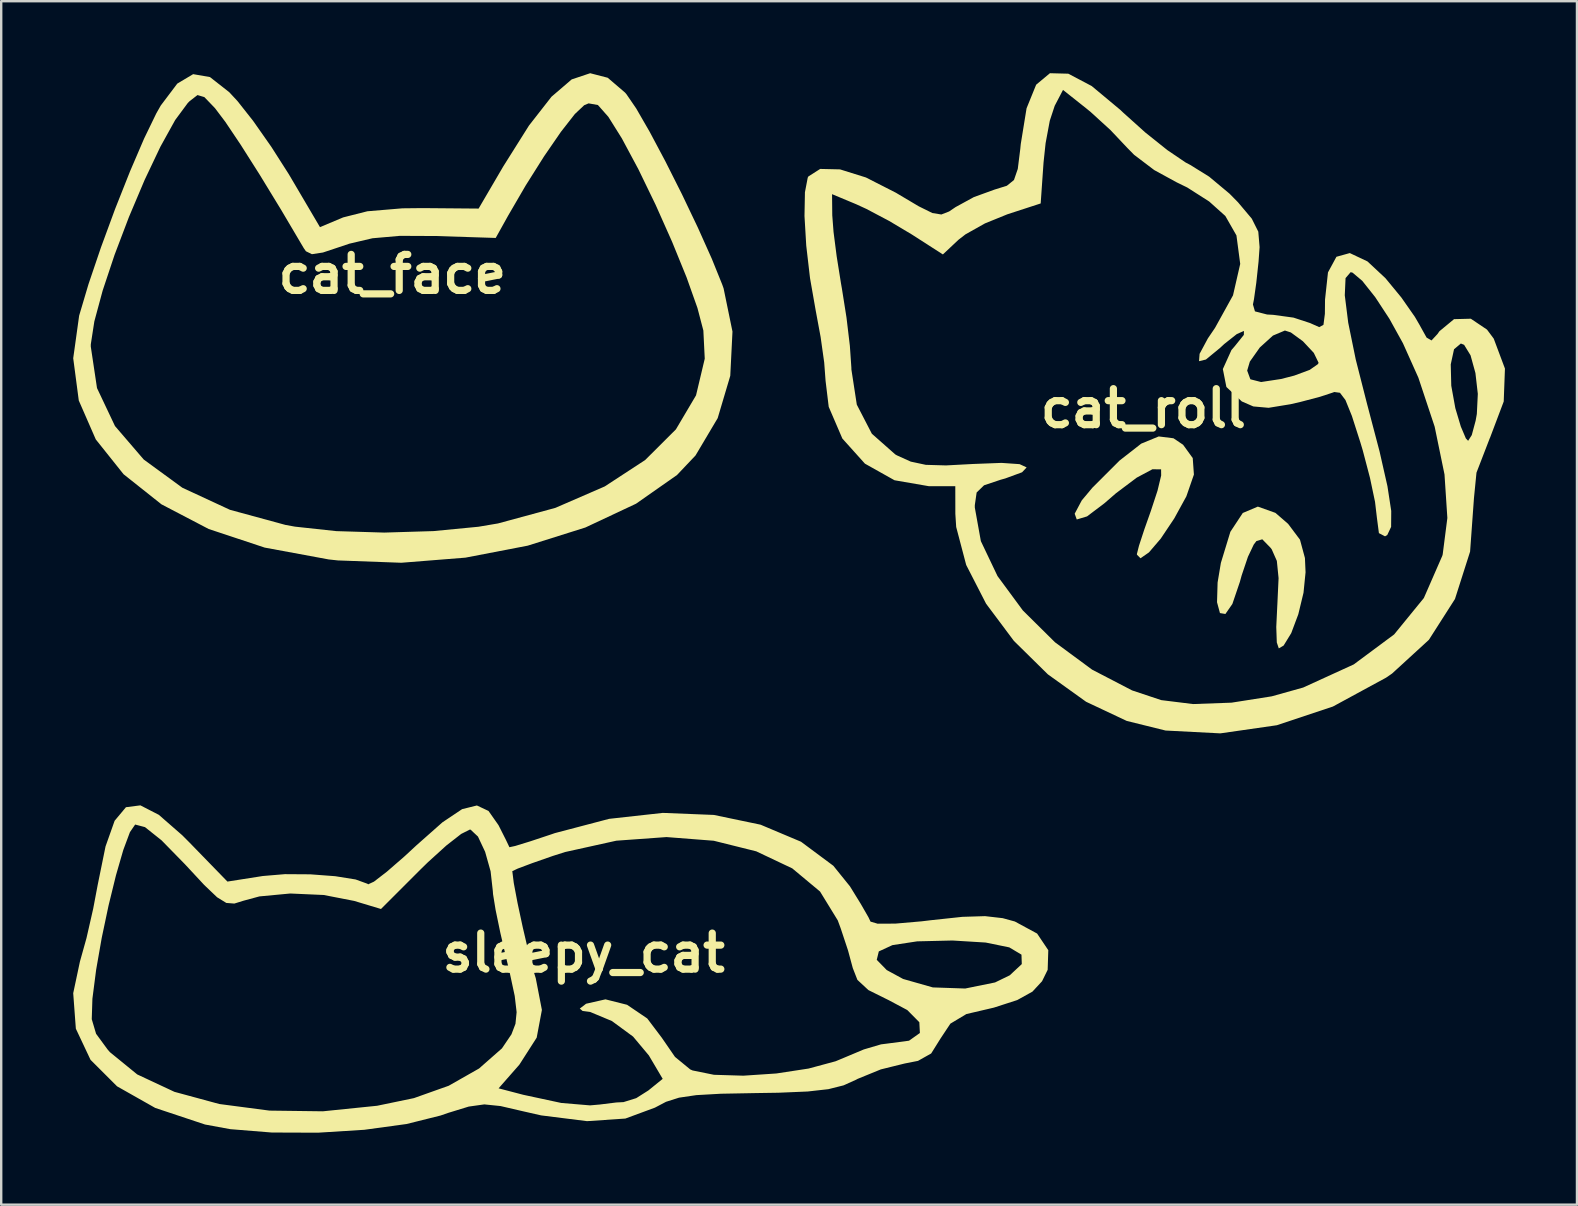
<source format=kicad_pcb>
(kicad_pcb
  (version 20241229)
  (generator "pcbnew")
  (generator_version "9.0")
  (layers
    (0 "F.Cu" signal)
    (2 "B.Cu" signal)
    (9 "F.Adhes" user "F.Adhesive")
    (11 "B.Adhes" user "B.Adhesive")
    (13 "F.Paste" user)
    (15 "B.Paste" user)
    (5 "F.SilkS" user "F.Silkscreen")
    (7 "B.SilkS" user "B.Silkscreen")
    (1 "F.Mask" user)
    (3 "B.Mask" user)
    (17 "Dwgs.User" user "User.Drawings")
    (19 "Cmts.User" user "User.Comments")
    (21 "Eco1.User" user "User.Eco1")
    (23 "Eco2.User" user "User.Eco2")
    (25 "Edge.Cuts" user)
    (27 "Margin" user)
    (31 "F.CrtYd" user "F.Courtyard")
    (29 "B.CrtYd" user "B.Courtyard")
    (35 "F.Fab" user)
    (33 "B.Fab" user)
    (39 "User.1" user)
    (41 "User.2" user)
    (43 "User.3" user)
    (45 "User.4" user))
  (footprint "cat_face"
    (layer "F.Cu")
    (at 13.294 8.37)
    (property "Reference" "cat_face" (at 0 0 0) (layer "F.SilkS") (effects (font (size 1.5 1.5) (thickness 0.3))))
    (attr board_only exclude_from_pos_files exclude_from_bom)
    (fp_poly (pts (xy 8.972 -8.181) (xy 9.694 -7.563) (xy 9.75 -7.498) (xy 10.158 -6.903) (xy 10.719 -5.93) (xy 11.374 -4.699) (xy 12.064 -3.328) (xy 12.728 -1.936) (xy 13.307 -0.643) (xy 13.742 0.433) (xy 13.799 0.593) (xy 14.169 2.392) (xy 14.077 4.235) (xy 13.553 5.998) (xy 12.63 7.553) (xy 11.859 8.367) (xy 10.152 9.563) (xy 8.042 10.554) (xy 5.638 11.311) (xy 3.046 11.81) (xy 0.375 12.023) (xy -2.268 11.926) (xy -2.654 11.884) (xy -5.319 11.391) (xy -7.65 10.617) (xy -9.618 9.589) (xy -11.196 8.336) (xy -12.354 6.885) (xy -13.062 5.265) (xy -13.294 3.503) (xy -13.225 3.012) (xy -12.563 3.012) (xy -12.303 4.746) (xy -11.554 6.328) (xy -10.356 7.723) (xy -8.747 8.898) (xy -6.765 9.817) (xy -4.451 10.447) (xy -4.053 10.519) (xy -2.338 10.705) (xy -0.339 10.766) (xy 1.713 10.704) (xy 3.586 10.523) (xy 4.402 10.385) (xy 6.792 9.736) (xy 8.847 8.844) (xy 10.532 7.743) (xy 11.812 6.467) (xy 12.651 5.049) (xy 13.014 3.522) (xy 12.956 2.349) (xy 12.71 1.41) (xy 12.257 0.134) (xy 11.655 -1.344) (xy 10.966 -2.891) (xy 10.248 -4.372) (xy 9.561 -5.654) (xy 8.999 -6.552) (xy 8.563 -7.045) (xy 8.176 -7.114) (xy 7.992 -7.037) (xy 7.603 -6.67) (xy 7.022 -5.927) (xy 6.318 -4.904) (xy 5.558 -3.699) (xy 4.827 -2.443) (xy 4.306 -1.508) (xy 1.803 -1.588) (xy 0.312 -1.595) (xy -0.827 -1.495) (xy -1.793 -1.268) (xy -2.077 -1.172) (xy -2.891 -0.901) (xy -3.35 -0.831) (xy -3.6 -0.953) (xy -3.689 -1.081) (xy -4.63 -2.674) (xy -5.524 -4.139) (xy -6.319 -5.392) (xy -6.959 -6.346) (xy -7.389 -6.915) (xy -7.39 -6.916) (xy -7.831 -7.375) (xy -8.117 -7.46) (xy -8.444 -7.207) (xy -8.524 -7.126) (xy -9.047 -6.419) (xy -9.661 -5.311) (xy -10.319 -3.925) (xy -10.972 -2.382) (xy -11.571 -0.805) (xy -12.068 0.686) (xy -12.414 1.968) (xy -12.561 2.919) (xy -12.563 3.012) (xy -13.225 3.012) (xy -13.047 1.729) (xy -12.658 0.419) (xy -12.14 -1.109) (xy -11.547 -2.72) (xy -10.929 -4.278) (xy -10.341 -5.648) (xy -9.833 -6.697) (xy -9.646 -7.026) (xy -8.959 -7.937) (xy -8.298 -8.331) (xy -7.598 -8.21) (xy -6.794 -7.579) (xy -6.453 -7.212) (xy -5.802 -6.388) (xy -5.041 -5.303) (xy -4.317 -4.169) (xy -4.21 -3.988) (xy -3.015 -1.958) (xy -2.048 -2.364) (xy -1.04 -2.619) (xy 0.419 -2.742) (xy 1.256 -2.751) (xy 3.593 -2.731) (xy 4.621 -4.488) (xy 5.691 -6.189) (xy 6.63 -7.391) (xy 7.471 -8.112) (xy 8.241 -8.37)) (stroke (width 0) (type solid)) (fill yes) (layer "F.SilkS")))
  (footprint "sleepy_cat"
    (layer "F.Cu")
    (at 21.263 36.642)
    (property "Reference" "sleepy_cat" (at 0 0 0) (layer "F.SilkS") (effects (font (size 1.5 1.5) (thickness 0.3))))
    (attr board_only exclude_from_pos_files exclude_from_bom)
    (fp_poly (pts (xy -17.696 -5.748) (xy -16.722 -4.898) (xy -16.417 -4.592) (xy -14.839 -2.968) (xy -13.362 -3.2) (xy -12.446 -3.277) (xy -11.386 -3.27) (xy -10.349 -3.192) (xy -9.499 -3.056) (xy -9.004 -2.876) (xy -8.978 -2.853) (xy -8.735 -2.965) (xy -8.197 -3.38) (xy -7.456 -4.024) (xy -6.964 -4.479) (xy -5.88 -5.438) (xy -5.063 -5.985) (xy -4.446 -6.138) (xy -3.963 -5.91) (xy -3.547 -5.318) (xy -3.522 -5.269) (xy -3.238 -4.706) (xy -3.096 -4.408) (xy -3.093 -4.399) (xy -2.852 -4.451) (xy -2.228 -4.643) (xy -1.349 -4.935) (xy -1.202 -4.986) (xy 1.061 -5.581) (xy 3.296 -5.829) (xy 5.425 -5.744) (xy 7.37 -5.338) (xy 9.055 -4.628) (xy 10.402 -3.626) (xy 11.095 -2.768) (xy 11.546 -2.036) (xy 11.864 -1.482) (xy 11.951 -1.3) (xy 12.247 -1.213) (xy 12.986 -1.217) (xy 14.078 -1.312) (xy 14.461 -1.358) (xy 15.777 -1.499) (xy 16.722 -1.528) (xy 17.457 -1.444) (xy 17.963 -1.305) (xy 18.89 -0.803) (xy 19.356 -0.109) (xy 19.33 0.708) (xy 19.096 1.184) (xy 18.695 1.617) (xy 18.062 1.968) (xy 17.089 2.283) (xy 15.943 2.551) (xy 15.278 2.95) (xy 14.862 3.577) (xy 14.477 4.193) (xy 13.928 4.501) (xy 13.376 4.61) (xy 12.38 4.856) (xy 11.416 5.25) (xy 11.349 5.286) (xy 10.828 5.521) (xy 10.195 5.68) (xy 9.332 5.777) (xy 8.12 5.828) (xy 7.156 5.843) (xy 5.715 5.87) (xy 4.694 5.928) (xy 3.973 6.034) (xy 3.432 6.206) (xy 2.968 6.45) (xy 1.739 6.904) (xy 0.143 7.012) (xy -1.771 6.772) (xy -2.528 6.6) (xy -3.463 6.383) (xy -4.138 6.314) (xy -4.787 6.405) (xy -5.643 6.668) (xy -5.961 6.778) (xy -7.374 7.131) (xy -9.136 7.372) (xy -11.068 7.493) (xy -12.989 7.486) (xy -14.72 7.346) (xy -15.773 7.152) (xy -17.845 6.462) (xy -19.437 5.561) (xy -20.542 4.457) (xy -21.153 3.161) (xy -21.183 2.764) (xy -20.491 2.764) (xy -20.311 3.372) (xy -19.832 4.025) (xy -19.733 4.139) (xy -18.596 5.066) (xy -17.046 5.791) (xy -15.178 6.298) (xy -13.086 6.573) (xy -10.863 6.602) (xy -8.603 6.371) (xy -7.071 6.053) (xy -5.924 5.645) (xy -3.543 5.645) (xy -2.515 5.914) (xy -0.933 6.254) (xy 0.266 6.355) (xy 0.676 6.319) (xy 1.36 6.234) (xy 1.659 6.219) (xy 2.19 6.054) (xy 2.697 5.733) (xy 3.293 5.25) (xy 2.715 4.272) (xy 2.06 3.49) (xy 1.178 2.842) (xy 0.278 2.466) (xy -0.041 2.424) (xy -0.161 2.323) (xy 0.102 2.121) (xy 0.909 1.938) (xy 1.81 2.165) (xy 2.65 2.735) (xy 3.254 3.535) (xy 3.805 4.335) (xy 4.439 4.856) (xy 4.537 4.9) (xy 5.429 5.081) (xy 6.654 5.118) (xy 8.029 5.026) (xy 9.37 4.821) (xy 10.494 4.518) (xy 10.837 4.375) (xy 11.67 4.025) (xy 12.389 3.813) (xy 12.628 3.783) (xy 13.554 3.661) (xy 14.007 3.34) (xy 13.984 2.891) (xy 13.482 2.384) (xy 12.712 1.974) (xy 11.862 1.552) (xy 11.404 1.127) (xy 11.212 0.636) (xy 11.119 0.292) (xy 12.21 0.292) (xy 12.626 0.718) (xy 13.308 1.089) (xy 14.545 1.441) (xy 15.895 1.487) (xy 17.138 1.234) (xy 17.75 0.937) (xy 18.252 0.469) (xy 18.239 0.076) (xy 17.731 -0.227) (xy 16.749 -0.428) (xy 15.368 -0.513) (xy 13.895 -0.478) (xy 12.864 -0.321) (xy 12.296 -0.059) (xy 12.21 0.292) (xy 11.119 0.292) (xy 11.014 -0.097) (xy 10.708 -1.02) (xy 10.586 -1.351) (xy 9.848 -2.553) (xy 8.691 -3.517) (xy 7.19 -4.228) (xy 5.419 -4.669) (xy 3.452 -4.822) (xy 1.363 -4.671) (xy -0.771 -4.199) (xy -1.284 -4.036) (xy -2.139 -3.737) (xy -2.746 -3.509) (xy -2.972 -3.402) (xy -2.911 -2.912) (xy -2.753 -2.073) (xy -2.536 -1.062) (xy -2.3 -0.054) (xy -2.082 0.776) (xy -1.995 1.057) (xy -1.739 2.38) (xy -1.956 3.534) (xy -2.674 4.654) (xy -2.743 4.734) (xy -3.543 5.645) (xy -5.924 5.645) (xy -5.624 5.539) (xy -4.357 4.819) (xy -3.404 3.981) (xy -3.007 3.395) (xy -2.84 2.957) (xy -2.792 2.471) (xy -2.871 1.798) (xy -3.085 0.801) (xy -3.209 0.286) (xy -3.469 -0.829) (xy -3.668 -1.79) (xy -3.774 -2.443) (xy -3.784 -2.58) (xy -3.876 -3.397) (xy -4.104 -4.208) (xy -4.403 -4.843) (xy -4.71 -5.131) (xy -4.741 -5.134) (xy -5.101 -4.953) (xy -5.72 -4.47) (xy -6.486 -3.775) (xy -6.788 -3.48) (xy -8.442 -1.826) (xy -9.558 -2.162) (xy -10.826 -2.409) (xy -12.222 -2.471) (xy -13.506 -2.35) (xy -14.161 -2.173) (xy -14.551 -2.052) (xy -14.886 -2.078) (xy -15.269 -2.314) (xy -15.804 -2.824) (xy -16.593 -3.673) (xy -16.607 -3.688) (xy -17.583 -4.686) (xy -18.273 -5.236) (xy -18.683 -5.344) (xy -18.901 -5.026) (xy -19.177 -4.285) (xy -19.482 -3.23) (xy -19.79 -1.974) (xy -20.075 -0.625) (xy -20.308 0.706) (xy -20.463 1.908) (xy -20.464 1.923) (xy -20.491 2.764) (xy -21.183 2.764) (xy -21.263 1.681) (xy -20.984 0.367) (xy -20.71 -0.614) (xy -20.431 -1.837) (xy -20.242 -2.837) (xy -19.917 -4.431) (xy -19.538 -5.501) (xy -19.066 -6.066) (xy -18.464 -6.143)) (stroke (width 0) (type solid)) (fill yes) (layer "F.SilkS")))
  (footprint "cat_roll"
    (layer "F.Cu")
    (at 44.581 13.962)
    (property "Reference" "cat_roll" (at 0 0 0) (layer "F.SilkS") (effects (font (size 1.5 1.5) (thickness 0.3))))
    (attr board_only exclude_from_pos_files exclude_from_bom)
    (fp_poly (pts (xy 1.252 1.245) (xy 1.653 1.515) (xy 2.055 2.07) (xy 2.104 2.757) (xy 1.79 3.664) (xy 1.284 4.587) (xy 0.723 5.425) (xy 0.232 5.999) (xy -0.121 6.244) (xy -0.269 6.095) (xy -0.27 6.062) (xy -0.184 5.722) (xy 0.041 5.035) (xy 0.309 4.277) (xy 0.588 3.428) (xy 0.74 2.796) (xy 0.737 2.539) (xy 0.374 2.537) (xy -0.279 2.886) (xy -1.147 3.539) (xy -1.622 3.951) (xy -2.348 4.5) (xy -2.776 4.628) (xy -2.863 4.388) (xy -2.568 3.834) (xy -2.125 3.304) (xy -0.992 2.172) (xy -0.091 1.469) (xy 0.638 1.169)) (stroke (width 0) (type solid)) (fill yes) (layer "F.SilkS"))
    (fp_poly (pts (xy 5.498 4.352) (xy 6.029 4.811) (xy 6.523 5.471) (xy 6.729 6.233) (xy 6.755 6.828) (xy 6.67 7.679) (xy 6.453 8.576) (xy 6.158 9.363) (xy 5.841 9.88) (xy 5.64 9.998) (xy 5.557 9.752) (xy 5.535 9.107) (xy 5.578 8.201) (xy 5.58 8.174) (xy 5.631 7.072) (xy 5.559 6.354) (xy 5.346 5.873) (xy 5.299 5.81) (xy 4.953 5.454) (xy 4.709 5.526) (xy 4.596 5.674) (xy 4.355 6.182) (xy 4.093 6.959) (xy 4.017 7.233) (xy 3.706 8.148) (xy 3.416 8.565) (xy 3.189 8.527) (xy 3.067 8.076) (xy 3.091 7.254) (xy 3.227 6.439) (xy 3.623 5.141) (xy 4.14 4.357) (xy 4.768 4.092)) (stroke (width 0) (type solid)) (fill yes) (layer "F.SilkS"))
    (fp_poly (pts (xy -3.129 -13.942) (xy -2.154 -13.428) (xy -0.954 -12.428) (xy -0.852 -12.33) (xy 0.078 -11.494) (xy 0.998 -10.759) (xy 1.753 -10.247) (xy 1.953 -10.141) (xy 2.74 -9.652) (xy 3.586 -8.946) (xy 3.942 -8.584) (xy 4.515 -7.903) (xy 4.786 -7.362) (xy 4.84 -6.718) (xy 4.797 -6.113) (xy 4.703 -5.235) (xy 4.606 -4.545) (xy 4.563 -4.328) (xy 4.647 -4.041) (xy 5.151 -3.911) (xy 5.415 -3.896) (xy 6.253 -3.781) (xy 6.954 -3.551) (xy 6.968 -3.543) (xy 7.325 -3.385) (xy 7.501 -3.481) (xy 7.56 -3.939) (xy 7.566 -4.53) (xy 7.689 -5.665) (xy 8.041 -6.315) (xy 8.598 -6.47) (xy 9.334 -6.122) (xy 10.086 -5.42) (xy 10.745 -4.62) (xy 11.31 -3.811) (xy 11.491 -3.5) (xy 11.797 -2.949) (xy 12.002 -2.83) (xy 12.249 -3.096) (xy 12.332 -3.214) (xy 12.94 -3.717) (xy 13.639 -3.735) (xy 14.313 -3.282) (xy 14.594 -2.905) (xy 15.061 -1.658) (xy 15.01 -0.287) (xy 14.44 1.222) (xy 14.431 1.238) (xy 13.875 2.678) (xy 13.77 3.741) (xy 13.609 5.967) (xy 12.979 7.941) (xy 11.892 9.642) (xy 10.358 11.047) (xy 10.109 11.218) (xy 7.894 12.421) (xy 5.561 13.199) (xy 3.205 13.538) (xy 0.922 13.42) (xy -0.696 13.019) (xy -2.387 12.222) (xy -3.979 11.08) (xy -5.394 9.687) (xy -6.554 8.136) (xy -7.382 6.523) (xy -7.799 4.94) (xy -7.834 4.391) (xy -7.836 3.243) (xy -8.928 3.243) (xy -10.368 2.994) (xy -11.6 2.303) (xy -12.541 1.256) (xy -13.109 -0.065) (xy -13.24 -1.148) (xy -13.297 -1.912) (xy -13.446 -2.971) (xy -13.654 -4.093) (xy -13.888 -5.428) (xy -14.045 -6.779) (xy -14.118 -8.014) (xy -14.101 -8.924) (xy -12.97 -8.924) (xy -12.961 -8.042) (xy -12.908 -7.351) (xy -12.777 -6.331) (xy -12.594 -5.185) (xy -12.561 -4.999) (xy -12.369 -3.787) (xy -12.228 -2.606) (xy -12.165 -1.693) (xy -12.164 -1.621) (xy -11.939 -0.156) (xy -11.312 1.056) (xy -10.335 1.919) (xy -10.268 1.957) (xy -9.691 2.218) (xy -9.064 2.352) (xy -8.223 2.376) (xy -7.093 2.316) (xy -5.909 2.271) (xy -5.157 2.323) (xy -4.864 2.459) (xy -5.055 2.662) (xy -5.755 2.919) (xy -5.945 2.972) (xy -6.638 3.204) (xy -6.947 3.504) (xy -7.023 4.032) (xy -7.023 4.131) (xy -6.771 5.53) (xy -6.077 6.986) (xy -5.021 8.419) (xy -3.681 9.745) (xy -2.139 10.882) (xy -0.472 11.748) (xy 0.742 12.153) (xy 2.068 12.317) (xy 3.671 12.259) (xy 5.343 11.996) (xy 6.656 11.629) (xy 8.762 10.666) (xy 10.446 9.416) (xy 11.683 7.9) (xy 12.451 6.142) (xy 12.468 6.082) (xy 12.662 4.566) (xy 12.543 2.751) (xy 12.133 0.762) (xy 11.455 -1.278) (xy 11.207 -1.832) (xy 12.803 -1.832) (xy 12.825 -0.942) (xy 12.994 -0.009) (xy 13.223 0.757) (xy 13.432 1.25) (xy 13.527 1.351) (xy 13.679 1.112) (xy 13.84 0.513) (xy 13.89 0.234) (xy 13.931 -0.604) (xy 13.831 -1.474) (xy 13.628 -2.21) (xy 13.36 -2.647) (xy 13.225 -2.702) (xy 12.94 -2.463) (xy 12.803 -1.832) (xy 11.207 -1.832) (xy 10.811 -2.715) (xy 10.249 -3.73) (xy 9.657 -4.633) (xy 9.117 -5.313) (xy 8.713 -5.654) (xy 8.633 -5.674) (xy 8.421 -5.427) (xy 8.389 -4.712) (xy 8.532 -3.57) (xy 8.845 -2.039) (xy 9.323 -0.161) (xy 9.336 -0.114) (xy 9.838 1.795) (xy 10.166 3.241) (xy 10.324 4.273) (xy 10.319 4.936) (xy 10.158 5.277) (xy 10.065 5.33) (xy 9.811 5.197) (xy 9.728 4.563) (xy 9.649 3.894) (xy 9.439 2.896) (xy 9.139 1.754) (xy 9.036 1.41) (xy 8.684 0.312) (xy 8.417 -0.347) (xy 8.188 -0.65) (xy 7.951 -0.682) (xy 7.888 -0.658) (xy 7.359 -0.484) (xy 6.544 -0.269) (xy 6.127 -0.173) (xy 5.216 -0.024) (xy 4.578 -0.081) (xy 4.1 -0.289) (xy 3.457 -0.891) (xy 3.322 -1.574) (xy 4.323 -1.574) (xy 4.456 -1.212) (xy 4.903 -1.098) (xy 5.734 -1.224) (xy 6.282 -1.365) (xy 6.928 -1.604) (xy 7.276 -1.848) (xy 7.296 -1.904) (xy 7.098 -2.312) (xy 6.644 -2.797) (xy 6.142 -3.163) (xy 5.895 -3.243) (xy 5.397 -3.033) (xy 4.848 -2.535) (xy 4.434 -1.948) (xy 4.323 -1.574) (xy 3.322 -1.574) (xy 3.309 -1.637) (xy 3.668 -2.431) (xy 3.808 -2.593) (xy 4.184 -3.061) (xy 4.188 -3.226) (xy 3.892 -3.096) (xy 3.366 -2.68) (xy 3.193 -2.519) (xy 2.604 -2.035) (xy 2.317 -1.966) (xy 2.341 -2.273) (xy 2.687 -2.917) (xy 2.982 -3.351) (xy 3.733 -4.709) (xy 4.033 -6.019) (xy 3.876 -7.205) (xy 3.413 -8.015) (xy 2.739 -8.619) (xy 1.829 -9.2) (xy 1.385 -9.417) (xy 0.452 -9.927) (xy -0.386 -10.562) (xy -0.67 -10.851) (xy -1.371 -11.593) (xy -2.193 -12.343) (xy -2.372 -12.49) (xy -3.349 -13.266) (xy -3.695 -12.605) (xy -3.9 -11.982) (xy -4.074 -11.047) (xy -4.16 -10.241) (xy -4.279 -8.537) (xy -5.667 -8.085) (xy -6.599 -7.706) (xy -7.411 -7.25) (xy -7.704 -7.023) (xy -8.353 -6.413) (xy -9.651 -7.247) (xy -10.592 -7.808) (xy -11.54 -8.309) (xy -11.96 -8.502) (xy -12.97 -8.924) (xy -14.101 -8.924) (xy -14.1 -9.002) (xy -13.983 -9.611) (xy -13.957 -9.661) (xy -13.464 -9.975) (xy -12.637 -9.956) (xy -11.558 -9.619) (xy -10.304 -8.98) (xy -10.25 -8.947) (xy -9.359 -8.418) (xy -8.793 -8.138) (xy -8.417 -8.077) (xy -8.093 -8.203) (xy -7.826 -8.384) (xy -7.064 -8.801) (xy -6.205 -9.113) (xy -5.688 -9.274) (xy -5.392 -9.513) (xy -5.233 -9.976) (xy -5.129 -10.807) (xy -5.109 -11.01) (xy -4.867 -12.501) (xy -4.468 -13.483) (xy -3.894 -13.962)) (stroke (width 0) (type solid)) (fill yes) (layer "F.SilkS")))
  (gr_rect
    (start -3 -3)
    (end 62.642 47.134)
    (stroke (width 0.1) (type default))
    (fill no)
    (layer "Edge.Cuts")))
</source>
